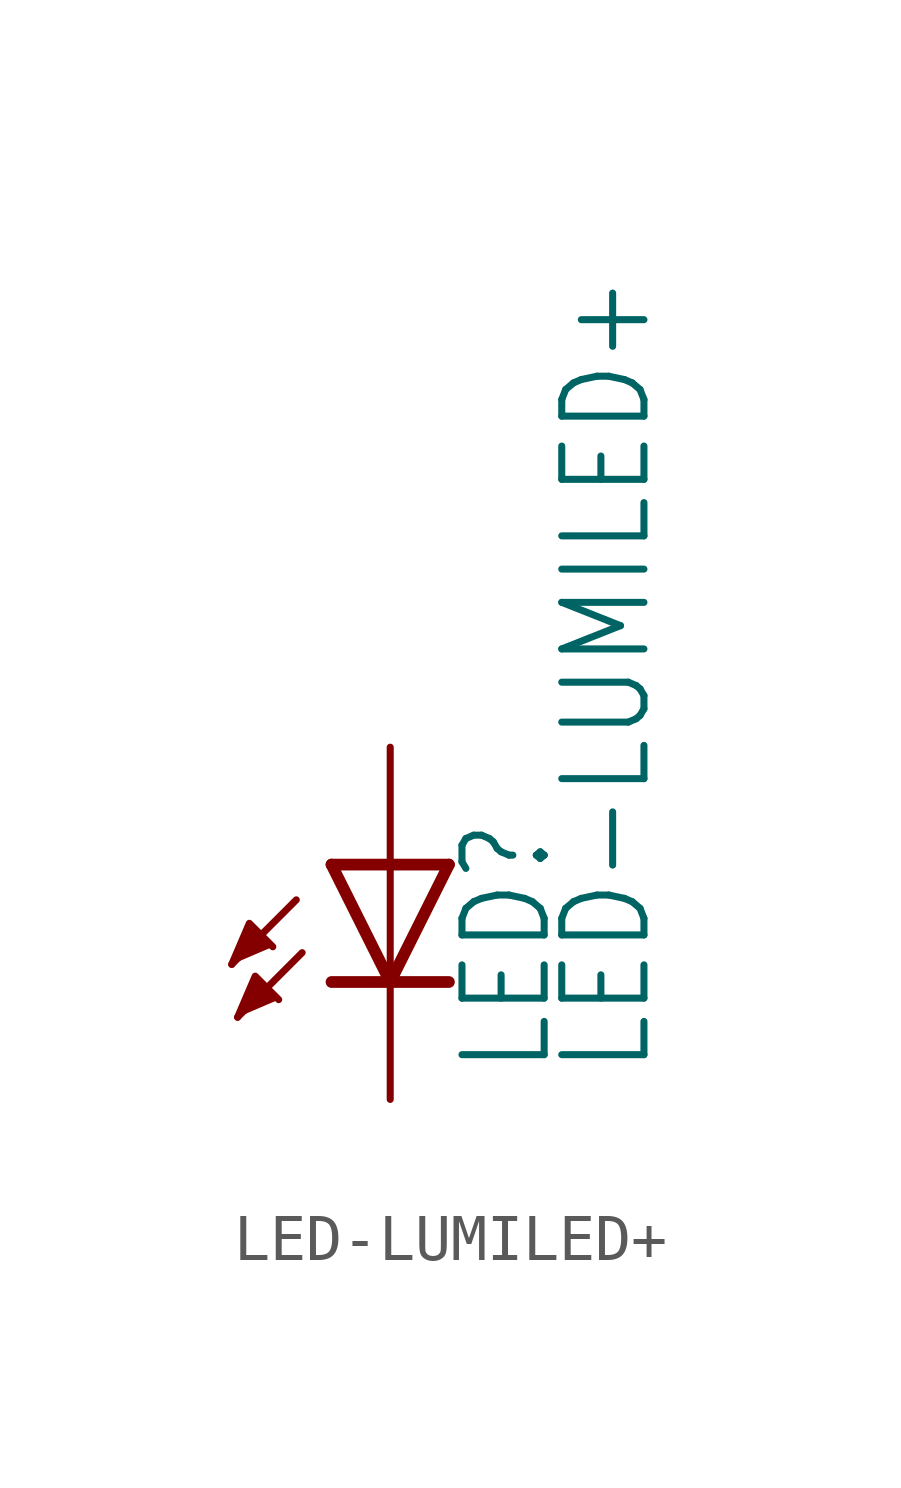
<source format=kicad_sym>
(kicad_symbol_lib
  (version 20211014)
  (generator kicad_symbol_editor)
  (symbol "LED-LUMILED+"
    (property "Reference" "LED"
      (at 3.556 -4.572 90)
      (effects (font (size 1.778 1.511)) (justify left bottom)))
    (property "Value" "LED-LUMILED+"
      (at 5.715 -4.572 90)
      (effects (font (size 1.778 1.511)) (justify left bottom)))
    (property "ki_locked" ""
      (at 0 0 0)
      (effects (font (size 1.27 1.27))))
    (symbol "LED-LUMILED+_1_0"
      (polyline (pts (xy -2.032 -0.762) (xy -3.429 -2.159)) (stroke (width 0.152) (type default) (color 0 0 0 0)) (fill (type none)))
      (polyline (pts (xy -1.905 -1.905) (xy -3.302 -3.302)) (stroke (width 0.152) (type default) (color 0 0 0 0)) (fill (type none)))
      (polyline (pts (xy 0 -2.54) (xy -1.27 -2.54)) (stroke (width 0.254) (type default) (color 0 0 0 0)) (fill (type none)))
      (polyline (pts (xy 0 -2.54) (xy -1.27 0)) (stroke (width 0.254) (type default) (color 0 0 0 0)) (fill (type none)))
      (polyline (pts (xy 0 0) (xy -1.27 0)) (stroke (width 0.254) (type default) (color 0 0 0 0)) (fill (type none)))
      (polyline (pts (xy 0 0) (xy 0 -2.54)) (stroke (width 0.152) (type default) (color 0 0 0 0)) (fill (type none)))
      (polyline (pts (xy 1.27 -2.54) (xy 0 -2.54)) (stroke (width 0.254) (type default) (color 0 0 0 0)) (fill (type none)))
      (polyline (pts (xy 1.27 0) (xy 0 -2.54)) (stroke (width 0.254) (type default) (color 0 0 0 0)) (fill (type none)))
      (polyline (pts (xy 1.27 0) (xy 0 0)) (stroke (width 0.254) (type default) (color 0 0 0 0)) (fill (type none)))
      (polyline (pts (xy -3.429 -2.159) (xy -3.048 -1.27) (xy -2.54 -1.778)) (stroke (width 0) (type default) (color 0 0 0 0)) (fill (type outline)))
      (polyline (pts (xy -3.302 -3.302) (xy -2.921 -2.413) (xy -2.413 -2.921)) (stroke (width 0) (type default) (color 0 0 0 0)) (fill (type outline)))
      (pin passive line (at 0 2.54 270) (length 2.54) (name "A" (effects (font (size 0 0)))) (number "2+" (effects (font (size 0 0)))))
      (pin passive line (at 0 -5.08 90) (length 2.54) (name "C" (effects (font (size 0 0)))) (number "4-" (effects (font (size 0 0))))))))
</source>
